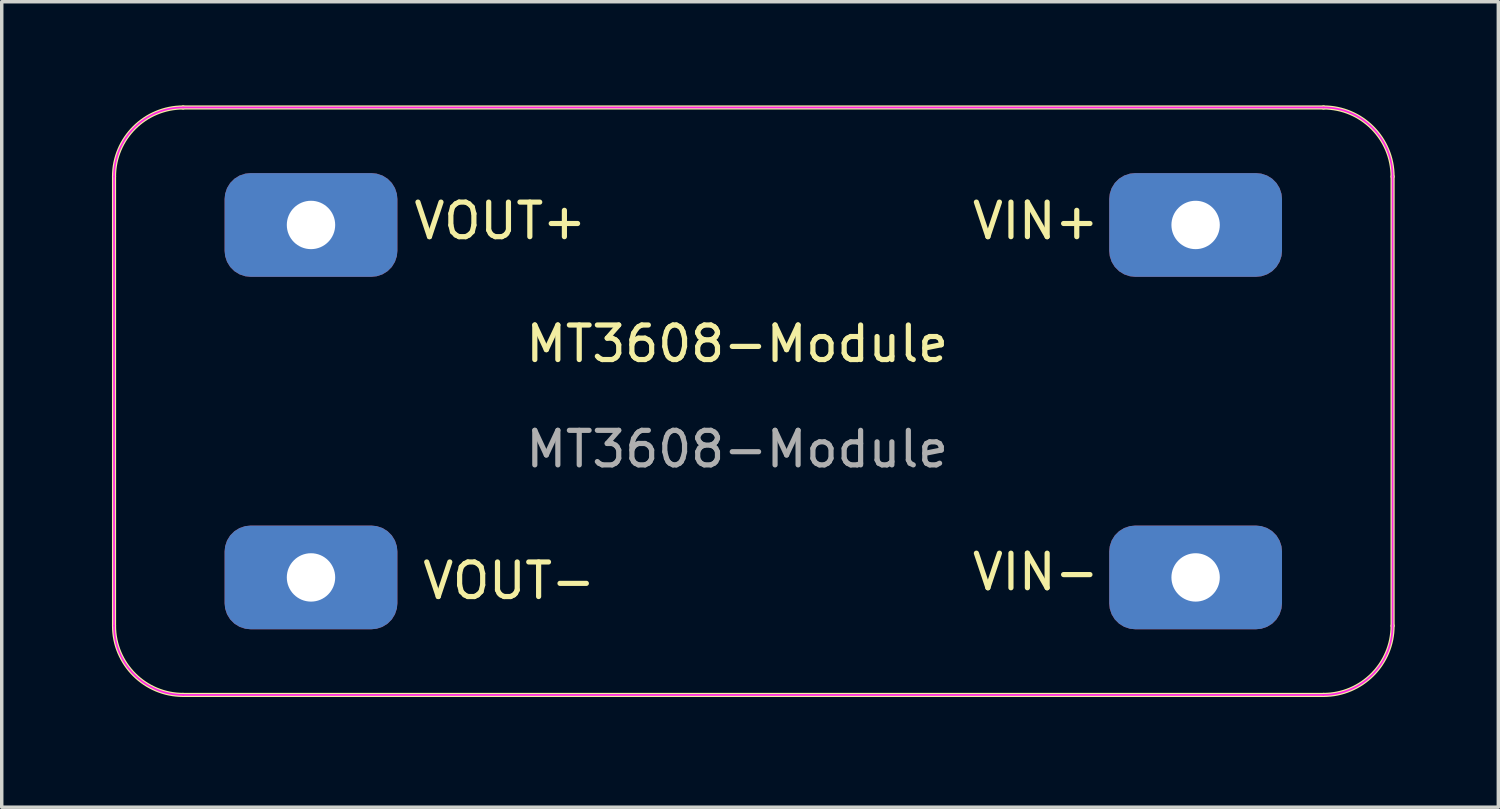
<source format=kicad_pcb>
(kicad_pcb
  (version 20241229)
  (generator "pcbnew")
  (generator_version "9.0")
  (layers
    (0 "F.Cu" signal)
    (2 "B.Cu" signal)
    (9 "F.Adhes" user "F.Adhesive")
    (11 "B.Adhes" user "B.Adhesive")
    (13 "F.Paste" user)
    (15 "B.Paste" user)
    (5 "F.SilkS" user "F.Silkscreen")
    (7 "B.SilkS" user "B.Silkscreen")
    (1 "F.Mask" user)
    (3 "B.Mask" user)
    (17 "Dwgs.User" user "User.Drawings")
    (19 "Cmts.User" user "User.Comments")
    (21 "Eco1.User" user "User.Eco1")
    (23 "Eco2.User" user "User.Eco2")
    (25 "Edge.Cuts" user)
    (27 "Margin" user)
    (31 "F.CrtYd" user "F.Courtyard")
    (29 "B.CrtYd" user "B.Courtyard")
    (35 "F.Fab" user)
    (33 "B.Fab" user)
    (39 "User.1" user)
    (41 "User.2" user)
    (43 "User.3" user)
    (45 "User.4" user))
  (footprint "MT3608-Module"
    (layer "F.Cu")
    (at 0.25 17.06)
    (property "Reference" "MT3608-Module" (at 18.034 -10.16 0) (unlocked yes) (layer "F.SilkS") (effects (font (size 1 1) (thickness 0.15))))
    (attr smd)
    (fp_line (start 0 -15) (end 0 -2) (stroke (width 0.12) (type solid)) (layer "F.SilkS"))
    (fp_line (start 2 0) (end 35 0) (stroke (width 0.12) (type solid)) (layer "F.SilkS"))
    (fp_line (start 35 -17) (end 2 -17) (stroke (width 0.12) (type solid)) (layer "F.SilkS"))
    (fp_line (start 37 -2) (end 37 -15) (stroke (width 0.12) (type solid)) (layer "F.SilkS"))
    (fp_arc (start 0 -15) (mid 0.585786 -16.414214) (end 2 -17) (stroke (width 0.12) (type solid)) (layer "F.SilkS"))
    (fp_arc (start 2 0) (mid 0.585786 -0.585786) (end 0 -2) (stroke (width 0.12) (type solid)) (layer "F.SilkS"))
    (fp_arc (start 35 -17) (mid 36.414214 -16.414214) (end 37 -15) (stroke (width 0.12) (type solid)) (layer "F.SilkS"))
    (fp_arc (start 37 -2) (mid 36.414214 -0.585786) (end 35 0) (stroke (width 0.12) (type solid)) (layer "F.SilkS"))
    (fp_line (start 0 -2) (end 0 -15) (stroke (width 0.05) (type solid)) (layer "F.CrtYd"))
    (fp_line (start 2 -17) (end 35 -17) (stroke (width 0.05) (type solid)) (layer "F.CrtYd"))
    (fp_line (start 35 0) (end 2 0) (stroke (width 0.05) (type solid)) (layer "F.CrtYd"))
    (fp_line (start 37 -15) (end 37 -2) (stroke (width 0.05) (type solid)) (layer "F.CrtYd"))
    (fp_arc (start 0 -15) (mid 0.585786 -16.414214) (end 2 -17) (stroke (width 0.05) (type solid)) (layer "F.CrtYd"))
    (fp_arc (start 2 0) (mid 0.585786 -0.585786) (end 0 -2) (stroke (width 0.05) (type solid)) (layer "F.CrtYd"))
    (fp_arc (start 35 -17) (mid 36.414214 -16.414214) (end 37 -15) (stroke (width 0.05) (type solid)) (layer "F.CrtYd"))
    (fp_arc (start 37 -2) (mid 36.414214 -0.585786) (end 35 0) (stroke (width 0.05) (type solid)) (layer "F.CrtYd"))
    (fp_text user "VIN-" (at 26.67 -3.556 0) (unlocked yes) (layer "F.SilkS") (effects (font (size 1 1) (thickness 0.15))))
    (fp_text user "VOUT+" (at 11.176 -13.716 0) (unlocked yes) (layer "F.SilkS") (effects (font (size 1 1) (thickness 0.15))))
    (fp_text user "VIN+" (at 26.67 -13.716 0) (unlocked yes) (layer "F.SilkS") (effects (font (size 1 1) (thickness 0.15))))
    (fp_text user "VOUT-" (at 11.43 -3.302 0) (unlocked yes) (layer "F.SilkS") (effects (font (size 1 1) (thickness 0.15))))
    (fp_text user "${REFERENCE}" (at 18.034 -7.112 0) (unlocked yes) (layer "F.Fab") (effects (font (size 1 1) (thickness 0.15))))
    (pad "1" thru_hole roundrect (at 31.3 -13.6) (size 5 3) (drill 1.4) (layers "*.Cu" "*.Mask") (roundrect_rratio 0.25))
    (pad "2" thru_hole roundrect (at 31.3 -3.4) (size 5 3) (drill 1.4) (layers "*.Cu" "*.Mask") (roundrect_rratio 0.25))
    (pad "3" thru_hole roundrect (at 5.7 -13.6) (size 5 3) (drill 1.4) (layers "*.Cu" "*.Mask") (roundrect_rratio 0.25))
    (pad "4" thru_hole roundrect (at 5.7 -3.4) (size 5 3) (drill 1.4) (layers "*.Cu" "*.Mask") (roundrect_rratio 0.25)))
  (gr_rect
    (start -3 -3)
    (end 40.31 20.31)
    (stroke (width 0.1) (type default))
    (fill no)
    (layer "Edge.Cuts")))
</source>
